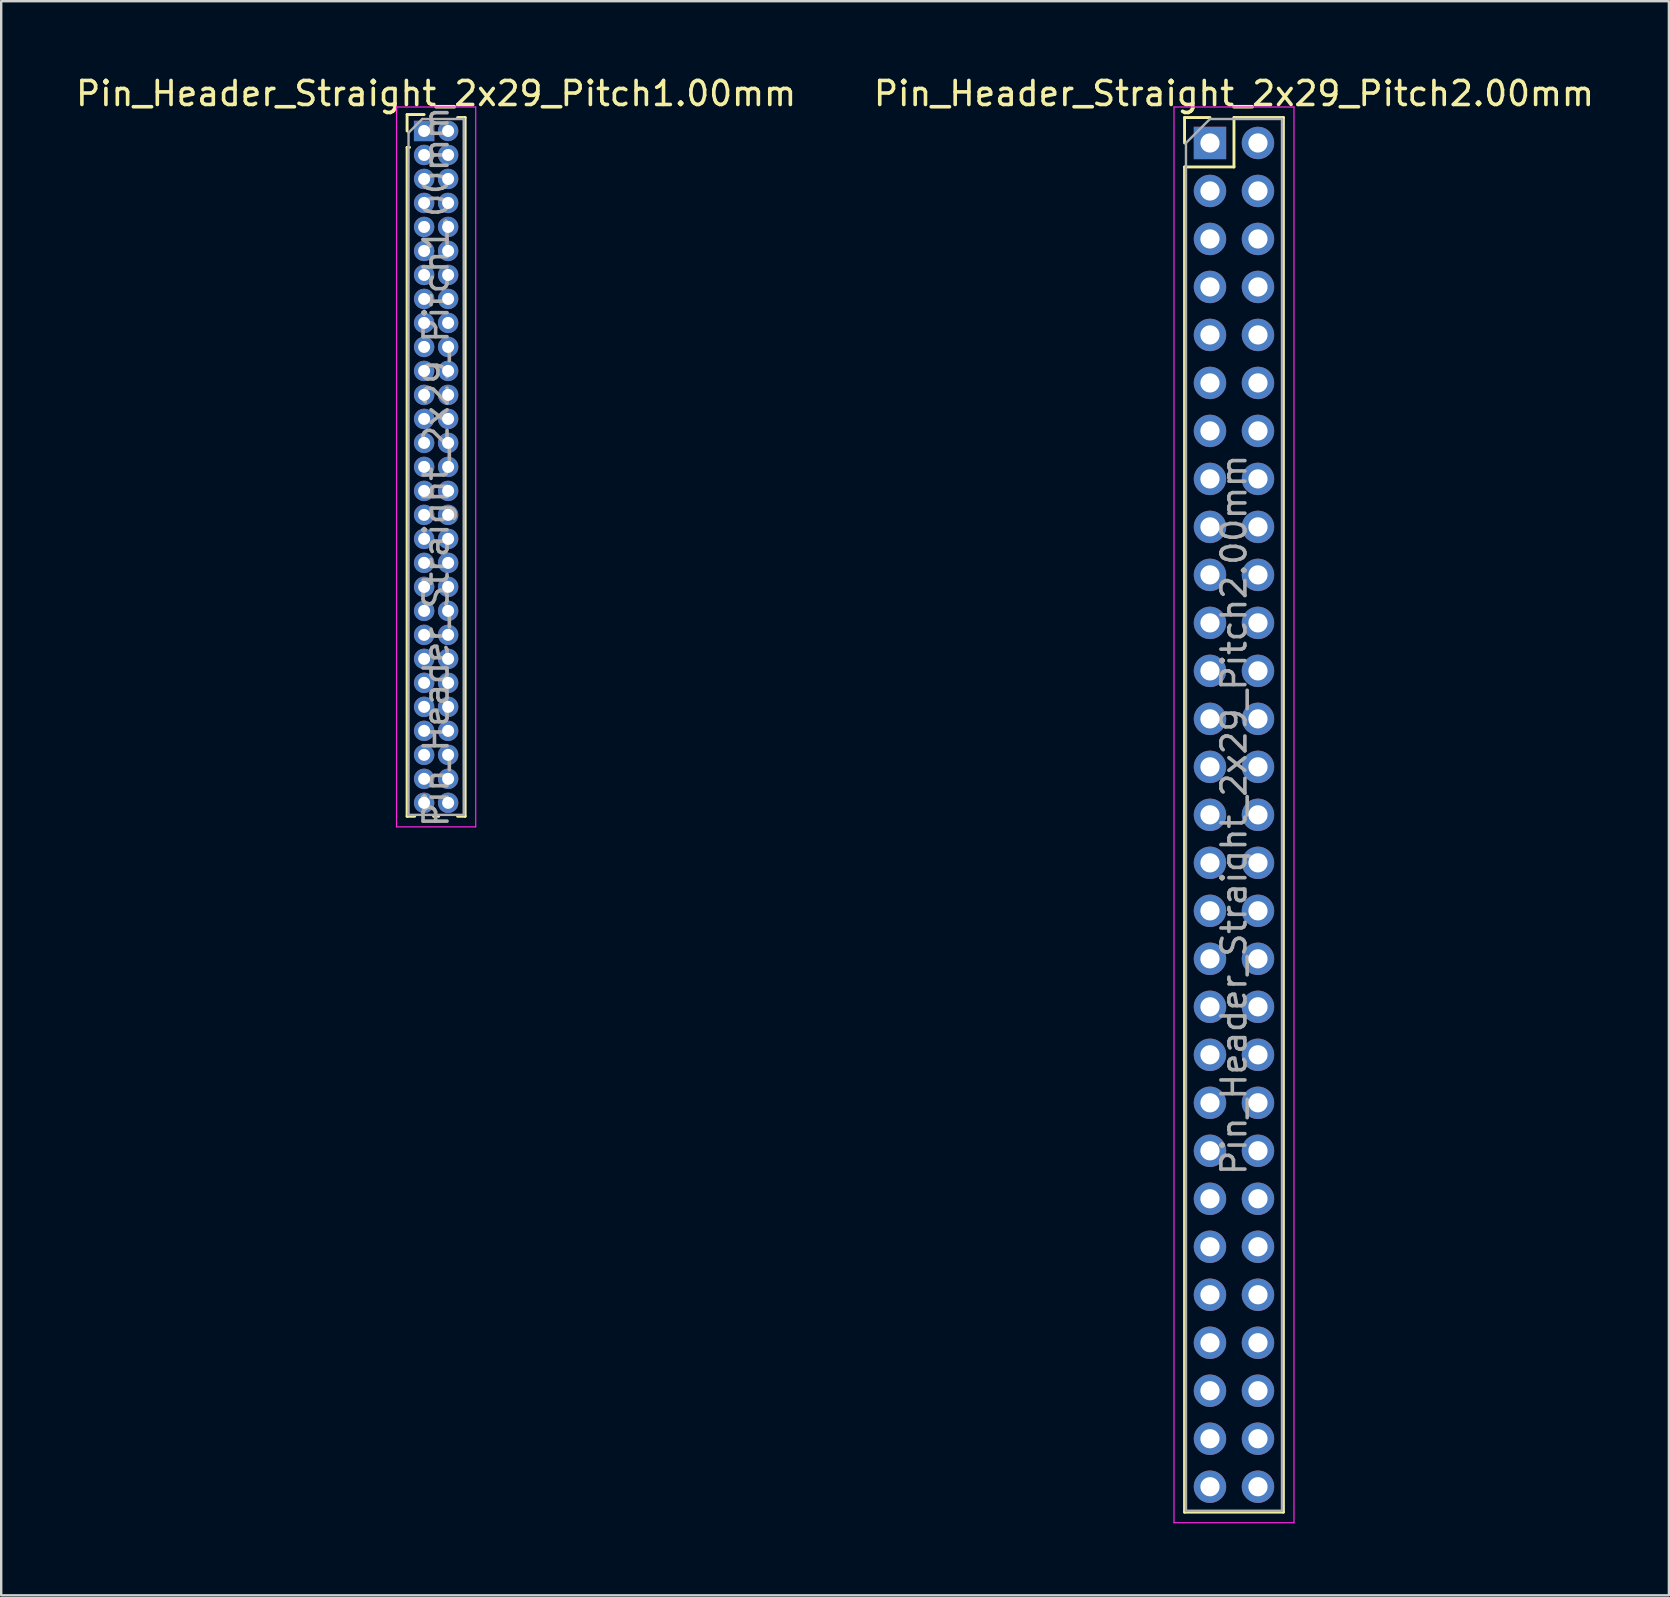
<source format=kicad_pcb>
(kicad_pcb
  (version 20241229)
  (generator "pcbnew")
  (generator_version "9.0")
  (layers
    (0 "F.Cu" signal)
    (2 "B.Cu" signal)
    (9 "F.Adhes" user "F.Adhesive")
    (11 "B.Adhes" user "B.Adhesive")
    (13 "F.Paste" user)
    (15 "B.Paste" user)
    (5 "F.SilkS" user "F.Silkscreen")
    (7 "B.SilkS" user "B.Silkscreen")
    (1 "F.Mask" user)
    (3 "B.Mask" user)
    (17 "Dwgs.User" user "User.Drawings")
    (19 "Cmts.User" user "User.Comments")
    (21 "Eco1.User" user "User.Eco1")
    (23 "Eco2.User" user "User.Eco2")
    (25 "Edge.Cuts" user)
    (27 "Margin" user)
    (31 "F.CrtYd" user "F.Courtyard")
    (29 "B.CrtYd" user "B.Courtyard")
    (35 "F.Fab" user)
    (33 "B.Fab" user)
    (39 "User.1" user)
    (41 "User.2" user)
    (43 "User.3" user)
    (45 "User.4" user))
  (footprint "Pin_Header_Straight_2x29_Pitch2.00mm"
    (layer "F.Cu")
    (at 47.375 2.908)
    (property "Reference" "Pin_Header_Straight_2x29_Pitch2.00mm" (at 1 -2.06 0) (layer "F.SilkS") (effects (font (size 1 1) (thickness 0.15))))
    (attr through_hole)
    (fp_line (start -1.06 -1.06) (end 0 -1.06) (stroke (width 0.12) (type solid)) (layer "F.SilkS"))
    (fp_line (start -1.06 0) (end -1.06 -1.06) (stroke (width 0.12) (type solid)) (layer "F.SilkS"))
    (fp_line (start -1.06 1) (end -1.06 57.06) (stroke (width 0.12) (type solid)) (layer "F.SilkS"))
    (fp_line (start -1.06 1) (end 1 1) (stroke (width 0.12) (type solid)) (layer "F.SilkS"))
    (fp_line (start -1.06 57.06) (end 3.06 57.06) (stroke (width 0.12) (type solid)) (layer "F.SilkS"))
    (fp_line (start 1 -1.06) (end 3.06 -1.06) (stroke (width 0.12) (type solid)) (layer "F.SilkS"))
    (fp_line (start 1 1) (end 1 -1.06) (stroke (width 0.12) (type solid)) (layer "F.SilkS"))
    (fp_line (start 3.06 -1.06) (end 3.06 57.06) (stroke (width 0.12) (type solid)) (layer "F.SilkS"))
    (fp_line (start -1.5 -1.5) (end -1.5 57.5) (stroke (width 0.05) (type solid)) (layer "F.CrtYd"))
    (fp_line (start -1.5 57.5) (end 3.5 57.5) (stroke (width 0.05) (type solid)) (layer "F.CrtYd"))
    (fp_line (start 3.5 -1.5) (end -1.5 -1.5) (stroke (width 0.05) (type solid)) (layer "F.CrtYd"))
    (fp_line (start 3.5 57.5) (end 3.5 -1.5) (stroke (width 0.05) (type solid)) (layer "F.CrtYd"))
    (fp_line (start -1 0) (end 0 -1) (stroke (width 0.1) (type solid)) (layer "F.Fab"))
    (fp_line (start -1 57) (end -1 0) (stroke (width 0.1) (type solid)) (layer "F.Fab"))
    (fp_line (start 0 -1) (end 3 -1) (stroke (width 0.1) (type solid)) (layer "F.Fab"))
    (fp_line (start 3 -1) (end 3 57) (stroke (width 0.1) (type solid)) (layer "F.Fab"))
    (fp_line (start 3 57) (end -1 57) (stroke (width 0.1) (type solid)) (layer "F.Fab"))
    (fp_text user "${REFERENCE}" (at 1 28 90) (layer "F.Fab") (effects (font (size 1 1) (thickness 0.15))))
    (pad "1" thru_hole rect (at 0 0) (size 1.35 1.35) (drill 0.8) (layers "*.Cu" "*.Mask"))
    (pad "2" thru_hole oval (at 2 0) (size 1.35 1.35) (drill 0.8) (layers "*.Cu" "*.Mask"))
    (pad "3" thru_hole oval (at 0 2) (size 1.35 1.35) (drill 0.8) (layers "*.Cu" "*.Mask"))
    (pad "4" thru_hole oval (at 2 2) (size 1.35 1.35) (drill 0.8) (layers "*.Cu" "*.Mask"))
    (pad "5" thru_hole oval (at 0 4) (size 1.35 1.35) (drill 0.8) (layers "*.Cu" "*.Mask"))
    (pad "6" thru_hole oval (at 2 4) (size 1.35 1.35) (drill 0.8) (layers "*.Cu" "*.Mask"))
    (pad "7" thru_hole oval (at 0 6) (size 1.35 1.35) (drill 0.8) (layers "*.Cu" "*.Mask"))
    (pad "8" thru_hole oval (at 2 6) (size 1.35 1.35) (drill 0.8) (layers "*.Cu" "*.Mask"))
    (pad "9" thru_hole oval (at 0 8) (size 1.35 1.35) (drill 0.8) (layers "*.Cu" "*.Mask"))
    (pad "10" thru_hole oval (at 2 8) (size 1.35 1.35) (drill 0.8) (layers "*.Cu" "*.Mask"))
    (pad "11" thru_hole oval (at 0 10) (size 1.35 1.35) (drill 0.8) (layers "*.Cu" "*.Mask"))
    (pad "12" thru_hole oval (at 2 10) (size 1.35 1.35) (drill 0.8) (layers "*.Cu" "*.Mask"))
    (pad "13" thru_hole oval (at 0 12) (size 1.35 1.35) (drill 0.8) (layers "*.Cu" "*.Mask"))
    (pad "14" thru_hole oval (at 2 12) (size 1.35 1.35) (drill 0.8) (layers "*.Cu" "*.Mask"))
    (pad "15" thru_hole oval (at 0 14) (size 1.35 1.35) (drill 0.8) (layers "*.Cu" "*.Mask"))
    (pad "16" thru_hole oval (at 2 14) (size 1.35 1.35) (drill 0.8) (layers "*.Cu" "*.Mask"))
    (pad "17" thru_hole oval (at 0 16) (size 1.35 1.35) (drill 0.8) (layers "*.Cu" "*.Mask"))
    (pad "18" thru_hole oval (at 2 16) (size 1.35 1.35) (drill 0.8) (layers "*.Cu" "*.Mask"))
    (pad "19" thru_hole oval (at 0 18) (size 1.35 1.35) (drill 0.8) (layers "*.Cu" "*.Mask"))
    (pad "20" thru_hole oval (at 2 18) (size 1.35 1.35) (drill 0.8) (layers "*.Cu" "*.Mask"))
    (pad "21" thru_hole oval (at 0 20) (size 1.35 1.35) (drill 0.8) (layers "*.Cu" "*.Mask"))
    (pad "22" thru_hole oval (at 2 20) (size 1.35 1.35) (drill 0.8) (layers "*.Cu" "*.Mask"))
    (pad "23" thru_hole oval (at 0 22) (size 1.35 1.35) (drill 0.8) (layers "*.Cu" "*.Mask"))
    (pad "24" thru_hole oval (at 2 22) (size 1.35 1.35) (drill 0.8) (layers "*.Cu" "*.Mask"))
    (pad "25" thru_hole oval (at 0 24) (size 1.35 1.35) (drill 0.8) (layers "*.Cu" "*.Mask"))
    (pad "26" thru_hole oval (at 2 24) (size 1.35 1.35) (drill 0.8) (layers "*.Cu" "*.Mask"))
    (pad "27" thru_hole oval (at 0 26) (size 1.35 1.35) (drill 0.8) (layers "*.Cu" "*.Mask"))
    (pad "28" thru_hole oval (at 2 26) (size 1.35 1.35) (drill 0.8) (layers "*.Cu" "*.Mask"))
    (pad "29" thru_hole oval (at 0 28) (size 1.35 1.35) (drill 0.8) (layers "*.Cu" "*.Mask"))
    (pad "30" thru_hole oval (at 2 28) (size 1.35 1.35) (drill 0.8) (layers "*.Cu" "*.Mask"))
    (pad "31" thru_hole oval (at 0 30) (size 1.35 1.35) (drill 0.8) (layers "*.Cu" "*.Mask"))
    (pad "32" thru_hole oval (at 2 30) (size 1.35 1.35) (drill 0.8) (layers "*.Cu" "*.Mask"))
    (pad "33" thru_hole oval (at 0 32) (size 1.35 1.35) (drill 0.8) (layers "*.Cu" "*.Mask"))
    (pad "34" thru_hole oval (at 2 32) (size 1.35 1.35) (drill 0.8) (layers "*.Cu" "*.Mask"))
    (pad "35" thru_hole oval (at 0 34) (size 1.35 1.35) (drill 0.8) (layers "*.Cu" "*.Mask"))
    (pad "36" thru_hole oval (at 2 34) (size 1.35 1.35) (drill 0.8) (layers "*.Cu" "*.Mask"))
    (pad "37" thru_hole oval (at 0 36) (size 1.35 1.35) (drill 0.8) (layers "*.Cu" "*.Mask"))
    (pad "38" thru_hole oval (at 2 36) (size 1.35 1.35) (drill 0.8) (layers "*.Cu" "*.Mask"))
    (pad "39" thru_hole oval (at 0 38) (size 1.35 1.35) (drill 0.8) (layers "*.Cu" "*.Mask"))
    (pad "40" thru_hole oval (at 2 38) (size 1.35 1.35) (drill 0.8) (layers "*.Cu" "*.Mask"))
    (pad "41" thru_hole oval (at 0 40) (size 1.35 1.35) (drill 0.8) (layers "*.Cu" "*.Mask"))
    (pad "42" thru_hole oval (at 2 40) (size 1.35 1.35) (drill 0.8) (layers "*.Cu" "*.Mask"))
    (pad "43" thru_hole oval (at 0 42) (size 1.35 1.35) (drill 0.8) (layers "*.Cu" "*.Mask"))
    (pad "44" thru_hole oval (at 2 42) (size 1.35 1.35) (drill 0.8) (layers "*.Cu" "*.Mask"))
    (pad "45" thru_hole oval (at 0 44) (size 1.35 1.35) (drill 0.8) (layers "*.Cu" "*.Mask"))
    (pad "46" thru_hole oval (at 2 44) (size 1.35 1.35) (drill 0.8) (layers "*.Cu" "*.Mask"))
    (pad "47" thru_hole oval (at 0 46) (size 1.35 1.35) (drill 0.8) (layers "*.Cu" "*.Mask"))
    (pad "48" thru_hole oval (at 2 46) (size 1.35 1.35) (drill 0.8) (layers "*.Cu" "*.Mask"))
    (pad "49" thru_hole oval (at 0 48) (size 1.35 1.35) (drill 0.8) (layers "*.Cu" "*.Mask"))
    (pad "50" thru_hole oval (at 2 48) (size 1.35 1.35) (drill 0.8) (layers "*.Cu" "*.Mask"))
    (pad "51" thru_hole oval (at 0 50) (size 1.35 1.35) (drill 0.8) (layers "*.Cu" "*.Mask"))
    (pad "52" thru_hole oval (at 2 50) (size 1.35 1.35) (drill 0.8) (layers "*.Cu" "*.Mask"))
    (pad "53" thru_hole oval (at 0 52) (size 1.35 1.35) (drill 0.8) (layers "*.Cu" "*.Mask"))
    (pad "54" thru_hole oval (at 2 52) (size 1.35 1.35) (drill 0.8) (layers "*.Cu" "*.Mask"))
    (pad "55" thru_hole oval (at 0 54) (size 1.35 1.35) (drill 0.8) (layers "*.Cu" "*.Mask"))
    (pad "56" thru_hole oval (at 2 54) (size 1.35 1.35) (drill 0.8) (layers "*.Cu" "*.Mask"))
    (pad "57" thru_hole oval (at 0 56) (size 1.35 1.35) (drill 0.8) (layers "*.Cu" "*.Mask"))
    (pad "58" thru_hole oval (at 2 56) (size 1.35 1.35) (drill 0.8) (layers "*.Cu" "*.Mask")))
  (footprint "Pin_Header_Straight_2x29_Pitch1.00mm"
    (layer "F.Cu")
    (at 14.625 2.408)
    (property "Reference" "Pin_Header_Straight_2x29_Pitch1.00mm" (at 0.5 -1.56 0) (layer "F.SilkS") (effects (font (size 1 1) (thickness 0.15))))
    (attr through_hole)
    (fp_line (start -0.71 -0.685) (end 0 -0.685) (stroke (width 0.12) (type solid)) (layer "F.SilkS"))
    (fp_line (start -0.71 0) (end -0.71 -0.685) (stroke (width 0.12) (type solid)) (layer "F.SilkS"))
    (fp_line (start -0.71 0.685) (end -0.71 28.56) (stroke (width 0.12) (type solid)) (layer "F.SilkS"))
    (fp_line (start -0.71 0.685) (end -0.608 0.685) (stroke (width 0.12) (type solid)) (layer "F.SilkS"))
    (fp_line (start -0.71 28.56) (end -0.394 28.56) (stroke (width 0.12) (type solid)) (layer "F.SilkS"))
    (fp_line (start 0.394 28.56) (end 0.606 28.56) (stroke (width 0.12) (type solid)) (layer "F.SilkS"))
    (fp_line (start 1.394 -0.56) (end 1.71 -0.56) (stroke (width 0.12) (type solid)) (layer "F.SilkS"))
    (fp_line (start 1.394 28.56) (end 1.71 28.56) (stroke (width 0.12) (type solid)) (layer "F.SilkS"))
    (fp_line (start 1.71 -0.56) (end 1.71 28.56) (stroke (width 0.12) (type solid)) (layer "F.SilkS"))
    (fp_line (start -1.15 -1) (end -1.15 29) (stroke (width 0.05) (type solid)) (layer "F.CrtYd"))
    (fp_line (start -1.15 29) (end 2.15 29) (stroke (width 0.05) (type solid)) (layer "F.CrtYd"))
    (fp_line (start 2.15 -1) (end -1.15 -1) (stroke (width 0.05) (type solid)) (layer "F.CrtYd"))
    (fp_line (start 2.15 29) (end 2.15 -1) (stroke (width 0.05) (type solid)) (layer "F.CrtYd"))
    (fp_line (start -0.65 0.075) (end -0.075 -0.5) (stroke (width 0.1) (type solid)) (layer "F.Fab"))
    (fp_line (start -0.65 28.5) (end -0.65 0.075) (stroke (width 0.1) (type solid)) (layer "F.Fab"))
    (fp_line (start -0.075 -0.5) (end 1.65 -0.5) (stroke (width 0.1) (type solid)) (layer "F.Fab"))
    (fp_line (start 1.65 -0.5) (end 1.65 28.5) (stroke (width 0.1) (type solid)) (layer "F.Fab"))
    (fp_line (start 1.65 28.5) (end -0.65 28.5) (stroke (width 0.1) (type solid)) (layer "F.Fab"))
    (fp_text user "${REFERENCE}" (at 0.5 14 90) (layer "F.Fab") (effects (font (size 1 1) (thickness 0.15))))
    (pad "1" thru_hole rect (at 0 0) (size 0.85 0.85) (drill 0.5) (layers "*.Cu" "*.Mask"))
    (pad "2" thru_hole oval (at 1 0) (size 0.85 0.85) (drill 0.5) (layers "*.Cu" "*.Mask"))
    (pad "3" thru_hole oval (at 0 1) (size 0.85 0.85) (drill 0.5) (layers "*.Cu" "*.Mask"))
    (pad "4" thru_hole oval (at 1 1) (size 0.85 0.85) (drill 0.5) (layers "*.Cu" "*.Mask"))
    (pad "5" thru_hole oval (at 0 2) (size 0.85 0.85) (drill 0.5) (layers "*.Cu" "*.Mask"))
    (pad "6" thru_hole oval (at 1 2) (size 0.85 0.85) (drill 0.5) (layers "*.Cu" "*.Mask"))
    (pad "7" thru_hole oval (at 0 3) (size 0.85 0.85) (drill 0.5) (layers "*.Cu" "*.Mask"))
    (pad "8" thru_hole oval (at 1 3) (size 0.85 0.85) (drill 0.5) (layers "*.Cu" "*.Mask"))
    (pad "9" thru_hole oval (at 0 4) (size 0.85 0.85) (drill 0.5) (layers "*.Cu" "*.Mask"))
    (pad "10" thru_hole oval (at 1 4) (size 0.85 0.85) (drill 0.5) (layers "*.Cu" "*.Mask"))
    (pad "11" thru_hole oval (at 0 5) (size 0.85 0.85) (drill 0.5) (layers "*.Cu" "*.Mask"))
    (pad "12" thru_hole oval (at 1 5) (size 0.85 0.85) (drill 0.5) (layers "*.Cu" "*.Mask"))
    (pad "13" thru_hole oval (at 0 6) (size 0.85 0.85) (drill 0.5) (layers "*.Cu" "*.Mask"))
    (pad "14" thru_hole oval (at 1 6) (size 0.85 0.85) (drill 0.5) (layers "*.Cu" "*.Mask"))
    (pad "15" thru_hole oval (at 0 7) (size 0.85 0.85) (drill 0.5) (layers "*.Cu" "*.Mask"))
    (pad "16" thru_hole oval (at 1 7) (size 0.85 0.85) (drill 0.5) (layers "*.Cu" "*.Mask"))
    (pad "17" thru_hole oval (at 0 8) (size 0.85 0.85) (drill 0.5) (layers "*.Cu" "*.Mask"))
    (pad "18" thru_hole oval (at 1 8) (size 0.85 0.85) (drill 0.5) (layers "*.Cu" "*.Mask"))
    (pad "19" thru_hole oval (at 0 9) (size 0.85 0.85) (drill 0.5) (layers "*.Cu" "*.Mask"))
    (pad "20" thru_hole oval (at 1 9) (size 0.85 0.85) (drill 0.5) (layers "*.Cu" "*.Mask"))
    (pad "21" thru_hole oval (at 0 10) (size 0.85 0.85) (drill 0.5) (layers "*.Cu" "*.Mask"))
    (pad "22" thru_hole oval (at 1 10) (size 0.85 0.85) (drill 0.5) (layers "*.Cu" "*.Mask"))
    (pad "23" thru_hole oval (at 0 11) (size 0.85 0.85) (drill 0.5) (layers "*.Cu" "*.Mask"))
    (pad "24" thru_hole oval (at 1 11) (size 0.85 0.85) (drill 0.5) (layers "*.Cu" "*.Mask"))
    (pad "25" thru_hole oval (at 0 12) (size 0.85 0.85) (drill 0.5) (layers "*.Cu" "*.Mask"))
    (pad "26" thru_hole oval (at 1 12) (size 0.85 0.85) (drill 0.5) (layers "*.Cu" "*.Mask"))
    (pad "27" thru_hole oval (at 0 13) (size 0.85 0.85) (drill 0.5) (layers "*.Cu" "*.Mask"))
    (pad "28" thru_hole oval (at 1 13) (size 0.85 0.85) (drill 0.5) (layers "*.Cu" "*.Mask"))
    (pad "29" thru_hole oval (at 0 14) (size 0.85 0.85) (drill 0.5) (layers "*.Cu" "*.Mask"))
    (pad "30" thru_hole oval (at 1 14) (size 0.85 0.85) (drill 0.5) (layers "*.Cu" "*.Mask"))
    (pad "31" thru_hole oval (at 0 15) (size 0.85 0.85) (drill 0.5) (layers "*.Cu" "*.Mask"))
    (pad "32" thru_hole oval (at 1 15) (size 0.85 0.85) (drill 0.5) (layers "*.Cu" "*.Mask"))
    (pad "33" thru_hole oval (at 0 16) (size 0.85 0.85) (drill 0.5) (layers "*.Cu" "*.Mask"))
    (pad "34" thru_hole oval (at 1 16) (size 0.85 0.85) (drill 0.5) (layers "*.Cu" "*.Mask"))
    (pad "35" thru_hole oval (at 0 17) (size 0.85 0.85) (drill 0.5) (layers "*.Cu" "*.Mask"))
    (pad "36" thru_hole oval (at 1 17) (size 0.85 0.85) (drill 0.5) (layers "*.Cu" "*.Mask"))
    (pad "37" thru_hole oval (at 0 18) (size 0.85 0.85) (drill 0.5) (layers "*.Cu" "*.Mask"))
    (pad "38" thru_hole oval (at 1 18) (size 0.85 0.85) (drill 0.5) (layers "*.Cu" "*.Mask"))
    (pad "39" thru_hole oval (at 0 19) (size 0.85 0.85) (drill 0.5) (layers "*.Cu" "*.Mask"))
    (pad "40" thru_hole oval (at 1 19) (size 0.85 0.85) (drill 0.5) (layers "*.Cu" "*.Mask"))
    (pad "41" thru_hole oval (at 0 20) (size 0.85 0.85) (drill 0.5) (layers "*.Cu" "*.Mask"))
    (pad "42" thru_hole oval (at 1 20) (size 0.85 0.85) (drill 0.5) (layers "*.Cu" "*.Mask"))
    (pad "43" thru_hole oval (at 0 21) (size 0.85 0.85) (drill 0.5) (layers "*.Cu" "*.Mask"))
    (pad "44" thru_hole oval (at 1 21) (size 0.85 0.85) (drill 0.5) (layers "*.Cu" "*.Mask"))
    (pad "45" thru_hole oval (at 0 22) (size 0.85 0.85) (drill 0.5) (layers "*.Cu" "*.Mask"))
    (pad "46" thru_hole oval (at 1 22) (size 0.85 0.85) (drill 0.5) (layers "*.Cu" "*.Mask"))
    (pad "47" thru_hole oval (at 0 23) (size 0.85 0.85) (drill 0.5) (layers "*.Cu" "*.Mask"))
    (pad "48" thru_hole oval (at 1 23) (size 0.85 0.85) (drill 0.5) (layers "*.Cu" "*.Mask"))
    (pad "49" thru_hole oval (at 0 24) (size 0.85 0.85) (drill 0.5) (layers "*.Cu" "*.Mask"))
    (pad "50" thru_hole oval (at 1 24) (size 0.85 0.85) (drill 0.5) (layers "*.Cu" "*.Mask"))
    (pad "51" thru_hole oval (at 0 25) (size 0.85 0.85) (drill 0.5) (layers "*.Cu" "*.Mask"))
    (pad "52" thru_hole oval (at 1 25) (size 0.85 0.85) (drill 0.5) (layers "*.Cu" "*.Mask"))
    (pad "53" thru_hole oval (at 0 26) (size 0.85 0.85) (drill 0.5) (layers "*.Cu" "*.Mask"))
    (pad "54" thru_hole oval (at 1 26) (size 0.85 0.85) (drill 0.5) (layers "*.Cu" "*.Mask"))
    (pad "55" thru_hole oval (at 0 27) (size 0.85 0.85) (drill 0.5) (layers "*.Cu" "*.Mask"))
    (pad "56" thru_hole oval (at 1 27) (size 0.85 0.85) (drill 0.5) (layers "*.Cu" "*.Mask"))
    (pad "57" thru_hole oval (at 0 28) (size 0.85 0.85) (drill 0.5) (layers "*.Cu" "*.Mask"))
    (pad "58" thru_hole oval (at 1 28) (size 0.85 0.85) (drill 0.5) (layers "*.Cu" "*.Mask")))
  (gr_rect
    (start -3 -3)
    (end 66.5 63.433)
    (stroke (width 0.1) (type default))
    (fill no)
    (layer "Edge.Cuts")))
</source>
